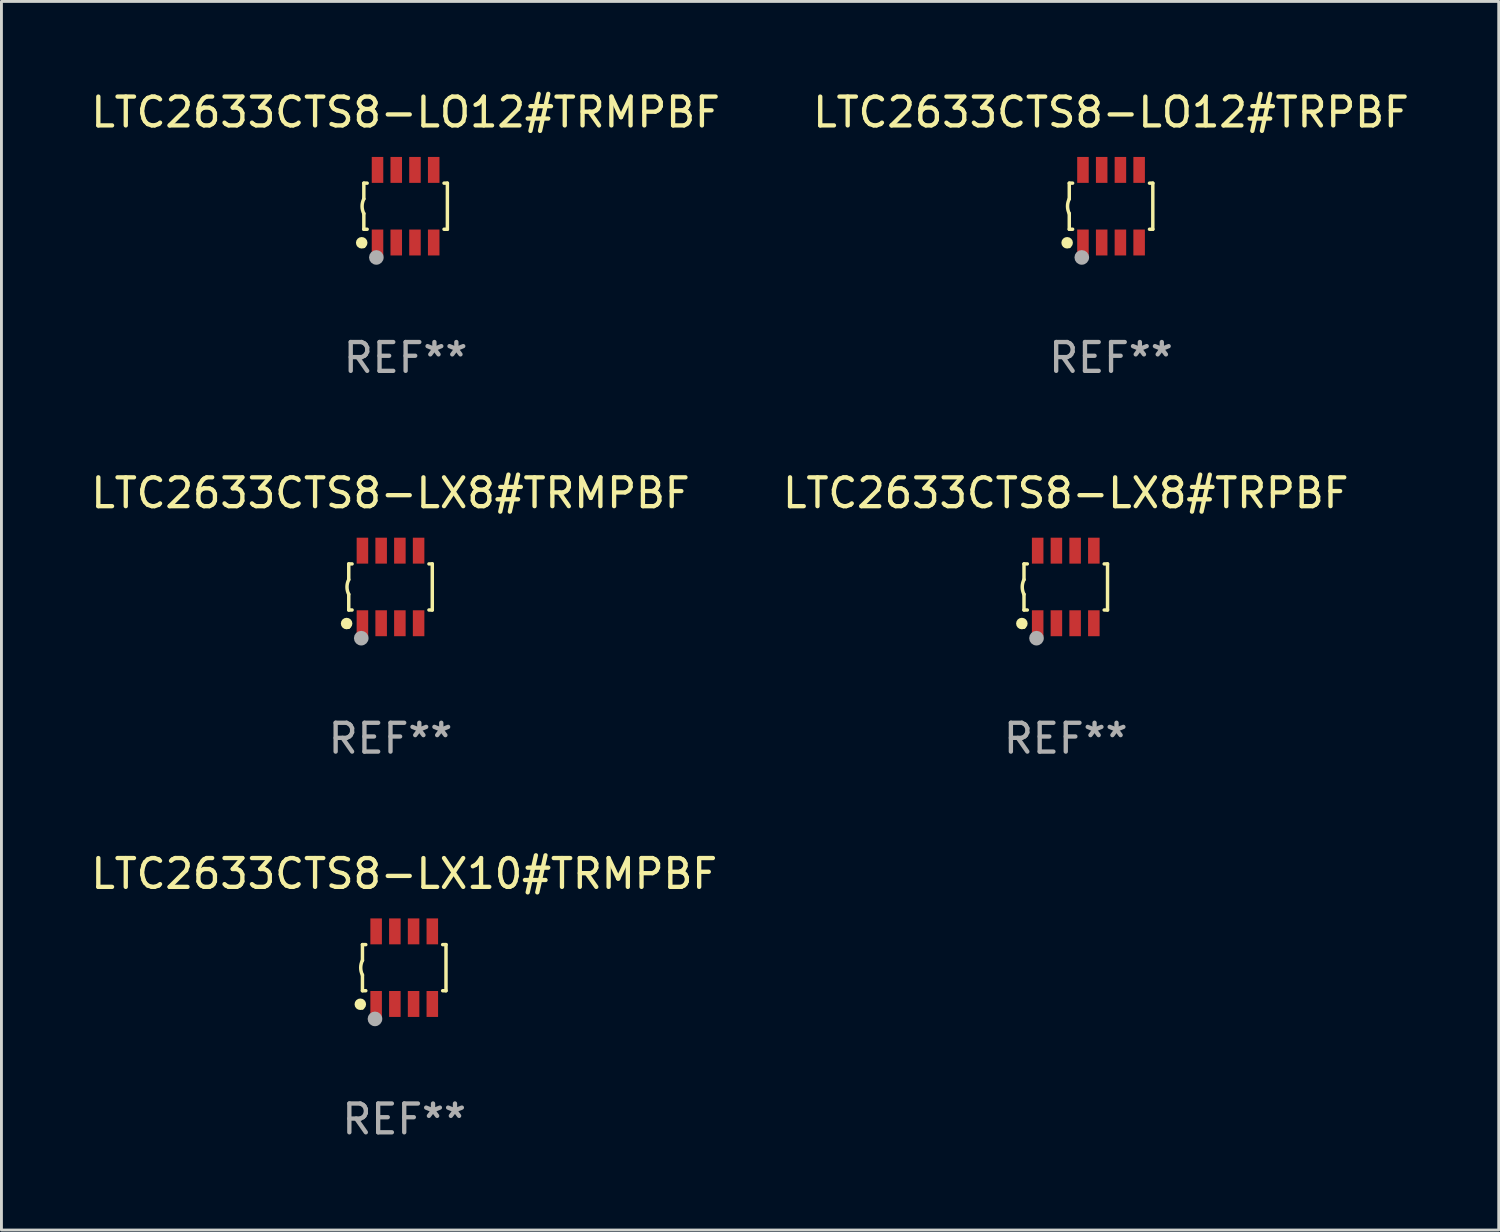
<source format=kicad_pcb>
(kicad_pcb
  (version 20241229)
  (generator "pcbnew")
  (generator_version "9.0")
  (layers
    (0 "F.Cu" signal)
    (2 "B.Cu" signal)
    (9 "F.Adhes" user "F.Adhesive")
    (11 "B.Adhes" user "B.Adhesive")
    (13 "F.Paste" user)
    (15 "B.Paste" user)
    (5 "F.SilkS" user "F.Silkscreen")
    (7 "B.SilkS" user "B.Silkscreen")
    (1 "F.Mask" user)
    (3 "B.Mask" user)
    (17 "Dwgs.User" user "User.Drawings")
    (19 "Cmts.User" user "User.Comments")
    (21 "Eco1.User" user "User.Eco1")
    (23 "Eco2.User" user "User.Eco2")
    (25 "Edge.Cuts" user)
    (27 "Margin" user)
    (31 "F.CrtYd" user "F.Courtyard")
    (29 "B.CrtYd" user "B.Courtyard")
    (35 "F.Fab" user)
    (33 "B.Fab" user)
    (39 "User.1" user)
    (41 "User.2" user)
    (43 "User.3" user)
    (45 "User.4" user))
  (footprint "LTC2633CTS8-LX8#TRPBF"
    (layer "F.Cu")
    (at 33.946 17.325)
    (property "Reference" "LTC2633CTS8-LX8#TRPBF" (at 0 -3.26 0) (layer "F.SilkS") (effects (font (size 1 1) (thickness 0.15))))
    (attr through_hole)
    (fp_line (start -1.45 -0.8) (end -1.45 -0.254) (stroke (width 0.12) (type solid)) (layer "F.SilkS"))
    (fp_line (start -1.45 -0.8) (end -1.334 -0.8) (stroke (width 0.12) (type solid)) (layer "F.SilkS"))
    (fp_line (start -1.45 0.8) (end -1.45 0.254) (stroke (width 0.12) (type solid)) (layer "F.SilkS"))
    (fp_line (start -1.45 0.8) (end -1.334 0.8) (stroke (width 0.12) (type solid)) (layer "F.SilkS"))
    (fp_line (start 1.334 -0.8) (end 1.45 -0.8) (stroke (width 0.12) (type solid)) (layer "F.SilkS"))
    (fp_line (start 1.334 0.8) (end 1.45 0.8) (stroke (width 0.12) (type solid)) (layer "F.SilkS"))
    (fp_line (start 1.45 0.8) (end 1.45 -0.8) (stroke (width 0.12) (type solid)) (layer "F.SilkS"))
    (fp_arc (start -1.45075 0.255144) (mid -1.510605 0.000434) (end -1.450013 -0.254102) (stroke (width 0.11999) (type solid)) (layer "F.SilkS"))
    (fp_circle (center -1.524 1.27) (end -1.424 1.27) (stroke (width 0.2) (type solid)) (fill no) (layer "F.SilkS"))
    (fp_circle (center -1.45 1.4) (end -1.42 1.4) (stroke (width 0.06) (type solid)) (fill no) (layer "F.SilkS"))
    (fp_circle (center -1.016 1.778) (end -0.889 1.778) (stroke (width 0.254) (type solid)) (fill no) (layer "F.Fab"))
    (fp_text user "REF**" (at 0 5.26 0) (layer "F.Fab") (effects (font (size 1 1) (thickness 0.15))))
    (pad "1" smd rect (at -0.975 1.26) (size 0.4 0.9) (layers "F.Cu" "F.Mask" "F.Paste"))
    (pad "2" smd rect (at -0.325 1.26) (size 0.4 0.9) (layers "F.Cu" "F.Mask" "F.Paste"))
    (pad "3" smd rect (at 0.325 1.26) (size 0.4 0.9) (layers "F.Cu" "F.Mask" "F.Paste"))
    (pad "4" smd rect (at 0.975 1.26) (size 0.4 0.9) (layers "F.Cu" "F.Mask" "F.Paste"))
    (pad "5" smd rect (at 0.975 -1.26) (size 0.4 0.9) (layers "F.Cu" "F.Mask" "F.Paste"))
    (pad "6" smd rect (at 0.325 -1.26) (size 0.4 0.9) (layers "F.Cu" "F.Mask" "F.Paste"))
    (pad "7" smd rect (at -0.325 -1.26) (size 0.4 0.9) (layers "F.Cu" "F.Mask" "F.Paste"))
    (pad "8" smd rect (at -0.975 -1.26) (size 0.4 0.9) (layers "F.Cu" "F.Mask" "F.Paste")))
  (footprint "LTC2633CTS8-LX8#TRMPBF"
    (layer "F.Cu")
    (at 10.506 17.325)
    (property "Reference" "LTC2633CTS8-LX8#TRMPBF" (at 0 -3.26 0) (layer "F.SilkS") (effects (font (size 1 1) (thickness 0.15))))
    (attr through_hole)
    (fp_line (start -1.45 -0.8) (end -1.45 -0.254) (stroke (width 0.12) (type solid)) (layer "F.SilkS"))
    (fp_line (start -1.45 -0.8) (end -1.334 -0.8) (stroke (width 0.12) (type solid)) (layer "F.SilkS"))
    (fp_line (start -1.45 0.8) (end -1.45 0.254) (stroke (width 0.12) (type solid)) (layer "F.SilkS"))
    (fp_line (start -1.45 0.8) (end -1.334 0.8) (stroke (width 0.12) (type solid)) (layer "F.SilkS"))
    (fp_line (start 1.334 -0.8) (end 1.45 -0.8) (stroke (width 0.12) (type solid)) (layer "F.SilkS"))
    (fp_line (start 1.334 0.8) (end 1.45 0.8) (stroke (width 0.12) (type solid)) (layer "F.SilkS"))
    (fp_line (start 1.45 0.8) (end 1.45 -0.8) (stroke (width 0.12) (type solid)) (layer "F.SilkS"))
    (fp_arc (start -1.45075 0.255144) (mid -1.510605 0.000434) (end -1.450013 -0.254102) (stroke (width 0.11999) (type solid)) (layer "F.SilkS"))
    (fp_circle (center -1.524 1.27) (end -1.424 1.27) (stroke (width 0.2) (type solid)) (fill no) (layer "F.SilkS"))
    (fp_circle (center -1.45 1.4) (end -1.42 1.4) (stroke (width 0.06) (type solid)) (fill no) (layer "F.SilkS"))
    (fp_circle (center -1.016 1.778) (end -0.889 1.778) (stroke (width 0.254) (type solid)) (fill no) (layer "F.Fab"))
    (fp_text user "REF**" (at 0 5.26 0) (layer "F.Fab") (effects (font (size 1 1) (thickness 0.15))))
    (pad "1" smd rect (at -0.975 1.26) (size 0.4 0.9) (layers "F.Cu" "F.Mask" "F.Paste"))
    (pad "2" smd rect (at -0.325 1.26) (size 0.4 0.9) (layers "F.Cu" "F.Mask" "F.Paste"))
    (pad "3" smd rect (at 0.325 1.26) (size 0.4 0.9) (layers "F.Cu" "F.Mask" "F.Paste"))
    (pad "4" smd rect (at 0.975 1.26) (size 0.4 0.9) (layers "F.Cu" "F.Mask" "F.Paste"))
    (pad "5" smd rect (at 0.975 -1.26) (size 0.4 0.9) (layers "F.Cu" "F.Mask" "F.Paste"))
    (pad "6" smd rect (at 0.325 -1.26) (size 0.4 0.9) (layers "F.Cu" "F.Mask" "F.Paste"))
    (pad "7" smd rect (at -0.325 -1.26) (size 0.4 0.9) (layers "F.Cu" "F.Mask" "F.Paste"))
    (pad "8" smd rect (at -0.975 -1.26) (size 0.4 0.9) (layers "F.Cu" "F.Mask" "F.Paste")))
  (footprint "LTC2633CTS8-LO12#TRMPBF"
    (layer "F.Cu")
    (at 11.03 4.108)
    (property "Reference" "LTC2633CTS8-LO12#TRMPBF" (at 0 -3.26 0) (layer "F.SilkS") (effects (font (size 1 1) (thickness 0.15))))
    (attr through_hole)
    (fp_line (start -1.45 -0.8) (end -1.45 -0.254) (stroke (width 0.12) (type solid)) (layer "F.SilkS"))
    (fp_line (start -1.45 -0.8) (end -1.334 -0.8) (stroke (width 0.12) (type solid)) (layer "F.SilkS"))
    (fp_line (start -1.45 0.8) (end -1.45 0.254) (stroke (width 0.12) (type solid)) (layer "F.SilkS"))
    (fp_line (start -1.45 0.8) (end -1.334 0.8) (stroke (width 0.12) (type solid)) (layer "F.SilkS"))
    (fp_line (start 1.334 -0.8) (end 1.45 -0.8) (stroke (width 0.12) (type solid)) (layer "F.SilkS"))
    (fp_line (start 1.334 0.8) (end 1.45 0.8) (stroke (width 0.12) (type solid)) (layer "F.SilkS"))
    (fp_line (start 1.45 0.8) (end 1.45 -0.8) (stroke (width 0.12) (type solid)) (layer "F.SilkS"))
    (fp_arc (start -1.45075 0.255144) (mid -1.510605 0.000434) (end -1.450013 -0.254102) (stroke (width 0.11999) (type solid)) (layer "F.SilkS"))
    (fp_circle (center -1.524 1.27) (end -1.424 1.27) (stroke (width 0.2) (type solid)) (fill no) (layer "F.SilkS"))
    (fp_circle (center -1.45 1.4) (end -1.42 1.4) (stroke (width 0.06) (type solid)) (fill no) (layer "F.SilkS"))
    (fp_circle (center -1.016 1.778) (end -0.889 1.778) (stroke (width 0.254) (type solid)) (fill no) (layer "F.Fab"))
    (fp_text user "REF**" (at 0 5.26 0) (layer "F.Fab") (effects (font (size 1 1) (thickness 0.15))))
    (pad "1" smd rect (at -0.975 1.26) (size 0.4 0.9) (layers "F.Cu" "F.Mask" "F.Paste"))
    (pad "2" smd rect (at -0.325 1.26) (size 0.4 0.9) (layers "F.Cu" "F.Mask" "F.Paste"))
    (pad "3" smd rect (at 0.325 1.26) (size 0.4 0.9) (layers "F.Cu" "F.Mask" "F.Paste"))
    (pad "4" smd rect (at 0.975 1.26) (size 0.4 0.9) (layers "F.Cu" "F.Mask" "F.Paste"))
    (pad "5" smd rect (at 0.975 -1.26) (size 0.4 0.9) (layers "F.Cu" "F.Mask" "F.Paste"))
    (pad "6" smd rect (at 0.325 -1.26) (size 0.4 0.9) (layers "F.Cu" "F.Mask" "F.Paste"))
    (pad "7" smd rect (at -0.325 -1.26) (size 0.4 0.9) (layers "F.Cu" "F.Mask" "F.Paste"))
    (pad "8" smd rect (at -0.975 -1.26) (size 0.4 0.9) (layers "F.Cu" "F.Mask" "F.Paste")))
  (footprint "LTC2633CTS8-LX10#TRMPBF"
    (layer "F.Cu")
    (at 10.982 30.541)
    (property "Reference" "LTC2633CTS8-LX10#TRMPBF" (at 0 -3.26 0) (layer "F.SilkS") (effects (font (size 1 1) (thickness 0.15))))
    (attr through_hole)
    (fp_line (start -1.45 -0.8) (end -1.45 -0.254) (stroke (width 0.12) (type solid)) (layer "F.SilkS"))
    (fp_line (start -1.45 -0.8) (end -1.334 -0.8) (stroke (width 0.12) (type solid)) (layer "F.SilkS"))
    (fp_line (start -1.45 0.8) (end -1.45 0.254) (stroke (width 0.12) (type solid)) (layer "F.SilkS"))
    (fp_line (start -1.45 0.8) (end -1.334 0.8) (stroke (width 0.12) (type solid)) (layer "F.SilkS"))
    (fp_line (start 1.334 -0.8) (end 1.45 -0.8) (stroke (width 0.12) (type solid)) (layer "F.SilkS"))
    (fp_line (start 1.334 0.8) (end 1.45 0.8) (stroke (width 0.12) (type solid)) (layer "F.SilkS"))
    (fp_line (start 1.45 0.8) (end 1.45 -0.8) (stroke (width 0.12) (type solid)) (layer "F.SilkS"))
    (fp_arc (start -1.45075 0.255144) (mid -1.510605 0.000434) (end -1.450013 -0.254102) (stroke (width 0.11999) (type solid)) (layer "F.SilkS"))
    (fp_circle (center -1.524 1.27) (end -1.424 1.27) (stroke (width 0.2) (type solid)) (fill no) (layer "F.SilkS"))
    (fp_circle (center -1.45 1.4) (end -1.42 1.4) (stroke (width 0.06) (type solid)) (fill no) (layer "F.SilkS"))
    (fp_circle (center -1.016 1.778) (end -0.889 1.778) (stroke (width 0.254) (type solid)) (fill no) (layer "F.Fab"))
    (fp_text user "REF**" (at 0 5.26 0) (layer "F.Fab") (effects (font (size 1 1) (thickness 0.15))))
    (pad "1" smd rect (at -0.975 1.26) (size 0.4 0.9) (layers "F.Cu" "F.Mask" "F.Paste"))
    (pad "2" smd rect (at -0.325 1.26) (size 0.4 0.9) (layers "F.Cu" "F.Mask" "F.Paste"))
    (pad "3" smd rect (at 0.325 1.26) (size 0.4 0.9) (layers "F.Cu" "F.Mask" "F.Paste"))
    (pad "4" smd rect (at 0.975 1.26) (size 0.4 0.9) (layers "F.Cu" "F.Mask" "F.Paste"))
    (pad "5" smd rect (at 0.975 -1.26) (size 0.4 0.9) (layers "F.Cu" "F.Mask" "F.Paste"))
    (pad "6" smd rect (at 0.325 -1.26) (size 0.4 0.9) (layers "F.Cu" "F.Mask" "F.Paste"))
    (pad "7" smd rect (at -0.325 -1.26) (size 0.4 0.9) (layers "F.Cu" "F.Mask" "F.Paste"))
    (pad "8" smd rect (at -0.975 -1.26) (size 0.4 0.9) (layers "F.Cu" "F.Mask" "F.Paste")))
  (footprint "LTC2633CTS8-LO12#TRPBF"
    (layer "F.Cu")
    (at 35.518 4.108)
    (property "Reference" "LTC2633CTS8-LO12#TRPBF" (at 0 -3.26 0) (layer "F.SilkS") (effects (font (size 1 1) (thickness 0.15))))
    (attr through_hole)
    (fp_line (start -1.45 -0.8) (end -1.45 -0.254) (stroke (width 0.12) (type solid)) (layer "F.SilkS"))
    (fp_line (start -1.45 -0.8) (end -1.334 -0.8) (stroke (width 0.12) (type solid)) (layer "F.SilkS"))
    (fp_line (start -1.45 0.8) (end -1.45 0.254) (stroke (width 0.12) (type solid)) (layer "F.SilkS"))
    (fp_line (start -1.45 0.8) (end -1.334 0.8) (stroke (width 0.12) (type solid)) (layer "F.SilkS"))
    (fp_line (start 1.334 -0.8) (end 1.45 -0.8) (stroke (width 0.12) (type solid)) (layer "F.SilkS"))
    (fp_line (start 1.334 0.8) (end 1.45 0.8) (stroke (width 0.12) (type solid)) (layer "F.SilkS"))
    (fp_line (start 1.45 0.8) (end 1.45 -0.8) (stroke (width 0.12) (type solid)) (layer "F.SilkS"))
    (fp_arc (start -1.45075 0.255144) (mid -1.510605 0.000434) (end -1.450013 -0.254102) (stroke (width 0.11999) (type solid)) (layer "F.SilkS"))
    (fp_circle (center -1.524 1.27) (end -1.424 1.27) (stroke (width 0.2) (type solid)) (fill no) (layer "F.SilkS"))
    (fp_circle (center -1.45 1.4) (end -1.42 1.4) (stroke (width 0.06) (type solid)) (fill no) (layer "F.SilkS"))
    (fp_circle (center -1.016 1.778) (end -0.889 1.778) (stroke (width 0.254) (type solid)) (fill no) (layer "F.Fab"))
    (fp_text user "REF**" (at 0 5.26 0) (layer "F.Fab") (effects (font (size 1 1) (thickness 0.15))))
    (pad "1" smd rect (at -0.975 1.26) (size 0.4 0.9) (layers "F.Cu" "F.Mask" "F.Paste"))
    (pad "2" smd rect (at -0.325 1.26) (size 0.4 0.9) (layers "F.Cu" "F.Mask" "F.Paste"))
    (pad "3" smd rect (at 0.325 1.26) (size 0.4 0.9) (layers "F.Cu" "F.Mask" "F.Paste"))
    (pad "4" smd rect (at 0.975 1.26) (size 0.4 0.9) (layers "F.Cu" "F.Mask" "F.Paste"))
    (pad "5" smd rect (at 0.975 -1.26) (size 0.4 0.9) (layers "F.Cu" "F.Mask" "F.Paste"))
    (pad "6" smd rect (at 0.325 -1.26) (size 0.4 0.9) (layers "F.Cu" "F.Mask" "F.Paste"))
    (pad "7" smd rect (at -0.325 -1.26) (size 0.4 0.9) (layers "F.Cu" "F.Mask" "F.Paste"))
    (pad "8" smd rect (at -0.975 -1.26) (size 0.4 0.9) (layers "F.Cu" "F.Mask" "F.Paste")))
  (gr_rect
    (start -3 -3)
    (end 48.976 39.649)
    (stroke (width 0.1) (type default))
    (fill no)
    (layer "Edge.Cuts")))
</source>
